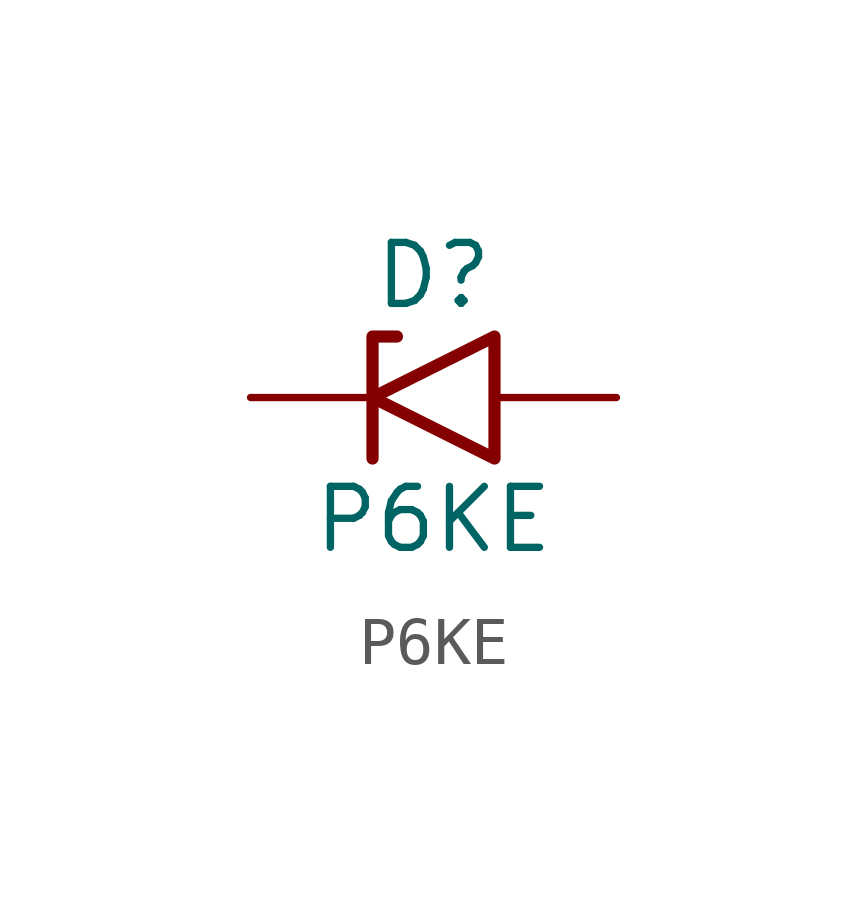
<source format=kicad_sym>
(kicad_symbol_lib
  (version 20231120)
  (generator "kicad_symbol_editor")
  (generator_version "8.0")
  (symbol "P6KE"
    (pin_numbers hide)
    (pin_names
      (offset 1.016) hide)
    (property "Reference" "D"
      (at 0 2.54 0)
      (effects (font (size 1.27 1.27))))
    (property "Value" "P6KE"
      (at 0 -2.54 0)
      (effects (font (size 1.27 1.27))))
    (symbol "P6KE_0_1"
      (polyline (pts (xy -0.762 1.27) (xy -1.27 1.27) (xy -1.27 -1.27)) (stroke (width 0.254) (type default)) (fill (type none)))
      (polyline (pts (xy 1.27 1.27) (xy 1.27 -1.27) (xy -1.27 0) (xy 1.27 1.27)) (stroke (width 0.254) (type default)) (fill (type none))))
    (symbol "P6KE_1_1"
      (pin passive line (at -3.81 0 0) (length 2.54) (name "A1" (effects (font (size 1.27 1.27)))) (number "1" (effects (font (size 1.27 1.27)))))
      (pin passive line (at 3.81 0 180) (length 2.54) (name "A2" (effects (font (size 1.27 1.27)))) (number "2" (effects (font (size 1.27 1.27))))))))
</source>
